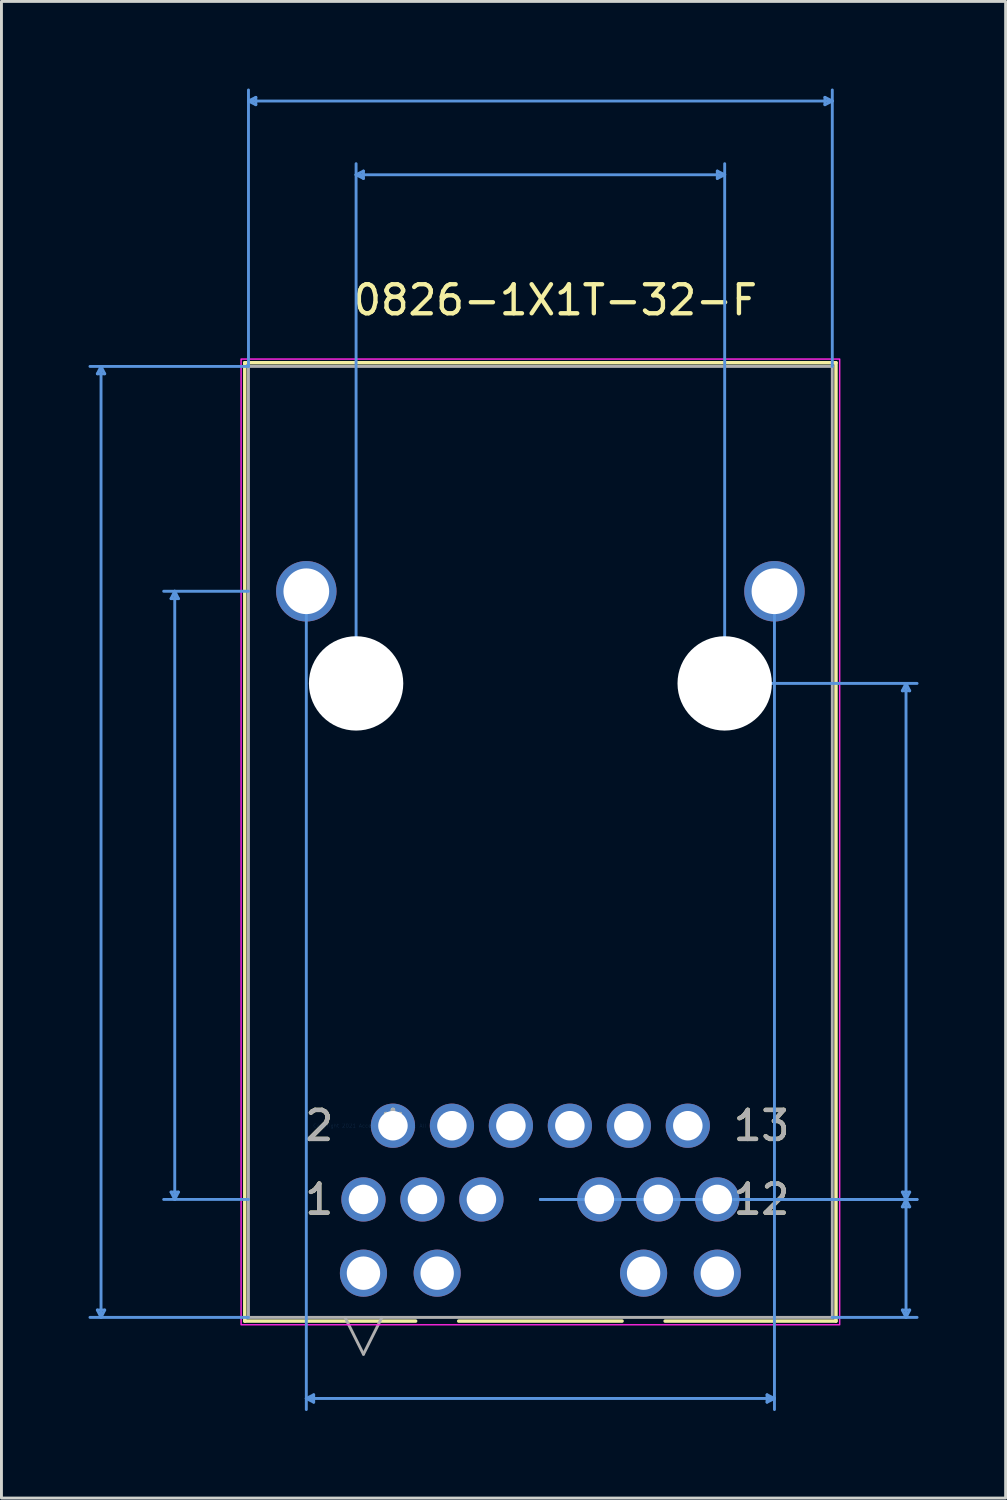
<source format=kicad_pcb>
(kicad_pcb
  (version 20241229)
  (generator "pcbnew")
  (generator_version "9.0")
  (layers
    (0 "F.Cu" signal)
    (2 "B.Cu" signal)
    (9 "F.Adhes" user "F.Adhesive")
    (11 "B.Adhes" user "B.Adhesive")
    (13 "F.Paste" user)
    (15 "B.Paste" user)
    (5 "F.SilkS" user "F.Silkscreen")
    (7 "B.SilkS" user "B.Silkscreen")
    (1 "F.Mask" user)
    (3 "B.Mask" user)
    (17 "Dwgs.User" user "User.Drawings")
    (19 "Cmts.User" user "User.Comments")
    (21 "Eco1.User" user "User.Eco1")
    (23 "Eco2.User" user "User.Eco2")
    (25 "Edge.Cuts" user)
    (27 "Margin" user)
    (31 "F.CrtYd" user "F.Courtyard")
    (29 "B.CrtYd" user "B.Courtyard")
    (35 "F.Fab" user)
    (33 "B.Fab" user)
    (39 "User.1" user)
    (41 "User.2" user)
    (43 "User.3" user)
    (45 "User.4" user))
  (footprint "0826-1X1T-32-F"
    (layer "F.Cu")
    (at 10.489 35.737)
    (property "Reference" "0826-1X1T-32-F" (at 5.588 -28.448 0) (layer "F.SilkS") (effects (font (size 1 1) (thickness 0.15))))
    (attr through_hole)
    (fp_line (start -5.105 -26.289) (end -5.105 6.731) (stroke (width 0.12) (type solid)) (layer "F.SilkS"))
    (fp_line (start -5.105 6.731) (end 0.782 6.731) (stroke (width 0.12) (type solid)) (layer "F.SilkS"))
    (fp_line (start 2.266 6.731) (end 7.894 6.731) (stroke (width 0.12) (type solid)) (layer "F.SilkS"))
    (fp_line (start 9.378 6.731) (end 15.265 6.731) (stroke (width 0.12) (type solid)) (layer "F.SilkS"))
    (fp_line (start 15.265 -26.289) (end -5.105 -26.289) (stroke (width 0.12) (type solid)) (layer "F.SilkS"))
    (fp_line (start 15.265 6.731) (end 15.265 -26.289) (stroke (width 0.12) (type solid)) (layer "F.SilkS"))
    (fp_line (start -10.185 -25.908) (end -9.931 -25.908) (stroke (width 0.1) (type solid)) (layer "Cmts.User"))
    (fp_line (start -10.185 6.35) (end -9.931 6.35) (stroke (width 0.1) (type solid)) (layer "Cmts.User"))
    (fp_line (start -10.058 -26.162) (end -10.185 -25.908) (stroke (width 0.1) (type solid)) (layer "Cmts.User"))
    (fp_line (start -10.058 -26.162) (end -10.058 6.604) (stroke (width 0.1) (type solid)) (layer "Cmts.User"))
    (fp_line (start -10.058 -26.162) (end -9.931 -25.908) (stroke (width 0.1) (type solid)) (layer "Cmts.User"))
    (fp_line (start -10.058 6.604) (end -10.185 6.35) (stroke (width 0.1) (type solid)) (layer "Cmts.User"))
    (fp_line (start -10.058 6.604) (end -9.931 6.35) (stroke (width 0.1) (type solid)) (layer "Cmts.User"))
    (fp_line (start -7.645 -18.161) (end -7.391 -18.161) (stroke (width 0.1) (type solid)) (layer "Cmts.User"))
    (fp_line (start -7.645 2.286) (end -7.391 2.286) (stroke (width 0.1) (type solid)) (layer "Cmts.User"))
    (fp_line (start -7.518 -18.415) (end -7.645 -18.161) (stroke (width 0.1) (type solid)) (layer "Cmts.User"))
    (fp_line (start -7.518 -18.415) (end -7.518 2.54) (stroke (width 0.1) (type solid)) (layer "Cmts.User"))
    (fp_line (start -7.518 -18.415) (end -7.391 -18.161) (stroke (width 0.1) (type solid)) (layer "Cmts.User"))
    (fp_line (start -7.518 2.54) (end -7.645 2.286) (stroke (width 0.1) (type solid)) (layer "Cmts.User"))
    (fp_line (start -7.518 2.54) (end -7.391 2.286) (stroke (width 0.1) (type solid)) (layer "Cmts.User"))
    (fp_line (start -4.978 -35.306) (end -4.724 -35.433) (stroke (width 0.1) (type solid)) (layer "Cmts.User"))
    (fp_line (start -4.978 -35.306) (end -4.724 -35.179) (stroke (width 0.1) (type solid)) (layer "Cmts.User"))
    (fp_line (start -4.978 -35.306) (end 15.138 -35.306) (stroke (width 0.1) (type solid)) (layer "Cmts.User"))
    (fp_line (start -4.978 -26.162) (end -10.439 -26.162) (stroke (width 0.1) (type solid)) (layer "Cmts.User"))
    (fp_line (start -4.978 -26.162) (end -4.978 -35.687) (stroke (width 0.1) (type solid)) (layer "Cmts.User"))
    (fp_line (start -4.978 -18.415) (end -7.899 -18.415) (stroke (width 0.1) (type solid)) (layer "Cmts.User"))
    (fp_line (start -4.978 2.54) (end -7.899 2.54) (stroke (width 0.1) (type solid)) (layer "Cmts.User"))
    (fp_line (start -4.978 6.604) (end -10.439 6.604) (stroke (width 0.1) (type solid)) (layer "Cmts.User"))
    (fp_line (start -4.724 -35.433) (end -4.724 -35.179) (stroke (width 0.1) (type solid)) (layer "Cmts.User"))
    (fp_line (start -2.985 -18.415) (end -2.985 9.779) (stroke (width 0.1) (type solid)) (layer "Cmts.User"))
    (fp_line (start -2.985 9.398) (end -2.731 9.271) (stroke (width 0.1) (type solid)) (layer "Cmts.User"))
    (fp_line (start -2.985 9.398) (end -2.731 9.525) (stroke (width 0.1) (type solid)) (layer "Cmts.User"))
    (fp_line (start -2.985 9.398) (end 13.145 9.398) (stroke (width 0.1) (type solid)) (layer "Cmts.User"))
    (fp_line (start -2.731 9.271) (end -2.731 9.525) (stroke (width 0.1) (type solid)) (layer "Cmts.User"))
    (fp_line (start -1.27 -32.766) (end -1.016 -32.893) (stroke (width 0.1) (type solid)) (layer "Cmts.User"))
    (fp_line (start -1.27 -32.766) (end -1.016 -32.639) (stroke (width 0.1) (type solid)) (layer "Cmts.User"))
    (fp_line (start -1.27 -32.766) (end 11.43 -32.766) (stroke (width 0.1) (type solid)) (layer "Cmts.User"))
    (fp_line (start -1.27 -15.24) (end -1.27 -33.147) (stroke (width 0.1) (type solid)) (layer "Cmts.User"))
    (fp_line (start -1.016 -32.893) (end -1.016 -32.639) (stroke (width 0.1) (type solid)) (layer "Cmts.User"))
    (fp_line (start 5.08 2.54) (end 18.059 2.54) (stroke (width 0.1) (type solid)) (layer "Cmts.User"))
    (fp_line (start 5.08 2.54) (end 18.059 2.54) (stroke (width 0.1) (type solid)) (layer "Cmts.User"))
    (fp_line (start 11.176 -32.893) (end 11.176 -32.639) (stroke (width 0.1) (type solid)) (layer "Cmts.User"))
    (fp_line (start 11.43 -32.766) (end 11.176 -32.893) (stroke (width 0.1) (type solid)) (layer "Cmts.User"))
    (fp_line (start 11.43 -32.766) (end 11.176 -32.639) (stroke (width 0.1) (type solid)) (layer "Cmts.User"))
    (fp_line (start 11.43 -15.24) (end 11.43 -33.147) (stroke (width 0.1) (type solid)) (layer "Cmts.User"))
    (fp_line (start 11.43 -15.24) (end 18.059 -15.24) (stroke (width 0.1) (type solid)) (layer "Cmts.User"))
    (fp_line (start 12.89 9.271) (end 12.89 9.525) (stroke (width 0.1) (type solid)) (layer "Cmts.User"))
    (fp_line (start 13.145 -18.415) (end 13.145 9.779) (stroke (width 0.1) (type solid)) (layer "Cmts.User"))
    (fp_line (start 13.145 9.398) (end 12.89 9.271) (stroke (width 0.1) (type solid)) (layer "Cmts.User"))
    (fp_line (start 13.145 9.398) (end 12.89 9.525) (stroke (width 0.1) (type solid)) (layer "Cmts.User"))
    (fp_line (start 14.884 -35.433) (end 14.884 -35.179) (stroke (width 0.1) (type solid)) (layer "Cmts.User"))
    (fp_line (start 15.138 -35.306) (end 14.884 -35.433) (stroke (width 0.1) (type solid)) (layer "Cmts.User"))
    (fp_line (start 15.138 -35.306) (end 14.884 -35.179) (stroke (width 0.1) (type solid)) (layer "Cmts.User"))
    (fp_line (start 15.138 -26.162) (end 15.138 -35.687) (stroke (width 0.1) (type solid)) (layer "Cmts.User"))
    (fp_line (start 15.138 6.604) (end 18.059 6.604) (stroke (width 0.1) (type solid)) (layer "Cmts.User"))
    (fp_line (start 17.551 -14.986) (end 17.805 -14.986) (stroke (width 0.1) (type solid)) (layer "Cmts.User"))
    (fp_line (start 17.551 2.286) (end 17.805 2.286) (stroke (width 0.1) (type solid)) (layer "Cmts.User"))
    (fp_line (start 17.551 2.794) (end 17.805 2.794) (stroke (width 0.1) (type solid)) (layer "Cmts.User"))
    (fp_line (start 17.551 6.35) (end 17.805 6.35) (stroke (width 0.1) (type solid)) (layer "Cmts.User"))
    (fp_line (start 17.678 -15.24) (end 17.551 -14.986) (stroke (width 0.1) (type solid)) (layer "Cmts.User"))
    (fp_line (start 17.678 -15.24) (end 17.678 2.54) (stroke (width 0.1) (type solid)) (layer "Cmts.User"))
    (fp_line (start 17.678 -15.24) (end 17.805 -14.986) (stroke (width 0.1) (type solid)) (layer "Cmts.User"))
    (fp_line (start 17.678 2.54) (end 17.551 2.286) (stroke (width 0.1) (type solid)) (layer "Cmts.User"))
    (fp_line (start 17.678 2.54) (end 17.551 2.794) (stroke (width 0.1) (type solid)) (layer "Cmts.User"))
    (fp_line (start 17.678 2.54) (end 17.678 6.604) (stroke (width 0.1) (type solid)) (layer "Cmts.User"))
    (fp_line (start 17.678 2.54) (end 17.805 2.286) (stroke (width 0.1) (type solid)) (layer "Cmts.User"))
    (fp_line (start 17.678 2.54) (end 17.805 2.794) (stroke (width 0.1) (type solid)) (layer "Cmts.User"))
    (fp_line (start 17.678 6.604) (end 17.551 6.35) (stroke (width 0.1) (type solid)) (layer "Cmts.User"))
    (fp_line (start 17.678 6.604) (end 17.805 6.35) (stroke (width 0.1) (type solid)) (layer "Cmts.User"))
    (fp_poly (pts (xy -5.232 -26.416) (xy 15.392 -26.416) (xy 15.392 6.858) (xy -5.232 6.858)) (stroke (width 0.05) (type solid)) (fill no) (layer "F.CrtYd"))
    (fp_line (start -4.978 -26.162) (end -4.978 6.604) (stroke (width 0.1) (type solid)) (layer "F.Fab"))
    (fp_line (start -4.978 6.604) (end 15.138 6.604) (stroke (width 0.1) (type solid)) (layer "F.Fab"))
    (fp_line (start -1.651 6.604) (end -1.016 7.874) (stroke (width 0.1) (type solid)) (layer "F.Fab"))
    (fp_line (start -0.381 6.604) (end -1.016 7.874) (stroke (width 0.1) (type solid)) (layer "F.Fab"))
    (fp_line (start 15.138 -26.162) (end -4.978 -26.162) (stroke (width 0.1) (type solid)) (layer "F.Fab"))
    (fp_line (start 15.138 6.604) (end 15.138 -26.162) (stroke (width 0.1) (type solid)) (layer "F.Fab"))
    (fp_text user "13" (at 12.7 0 0) (layer "F.SilkS") (effects (font (size 1 1) (thickness 0.15))))
    (fp_text user "2" (at -2.54 0 0) (layer "F.SilkS") (effects (font (size 1 1) (thickness 0.15))))
    (fp_text user "12" (at 12.7 2.54 0) (layer "F.SilkS") (effects (font (size 1 1) (thickness 0.15))))
    (fp_text user "*" (at 0 0 0) (layer "F.SilkS") (effects (font (size 1 1) (thickness 0.15))))
    (fp_text user "1" (at -2.54 2.54 0) (layer "F.SilkS") (effects (font (size 1 1) (thickness 0.15))))
    (fp_text user "Copyright 2021 Accelerated Designs. All rights reserved." (at 0 0 0) (layer "Cmts.User") (effects (font (size 0.127 0.127) (thickness 0.002))))
    (fp_text user "2" (at -2.54 0 0) (layer "F.Fab") (effects (font (size 1 1) (thickness 0.15))))
    (fp_text user "1" (at -2.54 2.54 0) (layer "F.Fab") (effects (font (size 1 1) (thickness 0.15))))
    (fp_text user "12" (at 12.7 2.54 0) (layer "F.Fab") (effects (font (size 1 1) (thickness 0.15))))
    (fp_text user "13" (at 12.7 0 0) (layer "F.Fab") (effects (font (size 1 1) (thickness 0.15))))
    (fp_text user "*" (at 0 0 0) (layer "F.Fab") (effects (font (size 1 1) (thickness 0.15))))
    (pad "" np_thru_hole circle (at -1.27 -15.24) (size 3.251 3.251) (drill 3.251) (layers "*.Cu" "*.Mask"))
    (pad "" np_thru_hole circle (at 11.43 -15.24) (size 3.251 3.251) (drill 3.251) (layers "*.Cu" "*.Mask"))
    (pad "1" thru_hole circle (at 0 0) (size 1.524 1.524) (drill 1.016) (layers "*.Cu" "*.Mask"))
    (pad "2" thru_hole circle (at 2.032 0) (size 1.524 1.524) (drill 1.016) (layers "*.Cu" "*.Mask"))
    (pad "3" thru_hole circle (at 4.064 0) (size 1.524 1.524) (drill 1.016) (layers "*.Cu" "*.Mask"))
    (pad "4" thru_hole circle (at 6.096 0) (size 1.524 1.524) (drill 1.016) (layers "*.Cu" "*.Mask"))
    (pad "5" thru_hole circle (at 8.128 0) (size 1.524 1.524) (drill 1.016) (layers "*.Cu" "*.Mask"))
    (pad "6" thru_hole circle (at 10.16 0) (size 1.524 1.524) (drill 1.016) (layers "*.Cu" "*.Mask"))
    (pad "7" thru_hole circle (at -1.016 2.54) (size 1.524 1.524) (drill 1.016) (layers "*.Cu" "*.Mask"))
    (pad "8" thru_hole circle (at 1.016 2.54) (size 1.524 1.524) (drill 1.016) (layers "*.Cu" "*.Mask"))
    (pad "9" thru_hole circle (at 3.048 2.54) (size 1.524 1.524) (drill 1.016) (layers "*.Cu" "*.Mask"))
    (pad "10" thru_hole circle (at 7.112 2.54) (size 1.524 1.524) (drill 1.016) (layers "*.Cu" "*.Mask"))
    (pad "11" thru_hole circle (at 9.144 2.54) (size 1.524 1.524) (drill 1.016) (layers "*.Cu" "*.Mask"))
    (pad "12" thru_hole circle (at 11.176 2.54) (size 1.524 1.524) (drill 1.016) (layers "*.Cu" "*.Mask"))
    (pad "13" thru_hole circle (at -1.016 5.08) (size 1.624 1.624) (drill 1.15) (layers "*.Cu" "*.Mask"))
    (pad "14" thru_hole circle (at 1.524 5.08) (size 1.624 1.624) (drill 1.15) (layers "*.Cu" "*.Mask"))
    (pad "15" thru_hole circle (at 8.636 5.08) (size 1.624 1.624) (drill 1.15) (layers "*.Cu" "*.Mask"))
    (pad "16" thru_hole circle (at 11.176 5.08) (size 1.624 1.624) (drill 1.15) (layers "*.Cu" "*.Mask"))
    (pad "17" thru_hole circle (at -2.985 -18.415) (size 2.083 2.083) (drill 1.575) (layers "*.Cu" "*.Mask"))
    (pad "18" thru_hole circle (at 13.145 -18.415) (size 2.083 2.083) (drill 1.575) (layers "*.Cu" "*.Mask")))
  (gr_rect
    (start -3 -3)
    (end 31.599 48.566)
    (stroke (width 0.1) (type default))
    (fill no)
    (layer "Edge.Cuts")))
</source>
